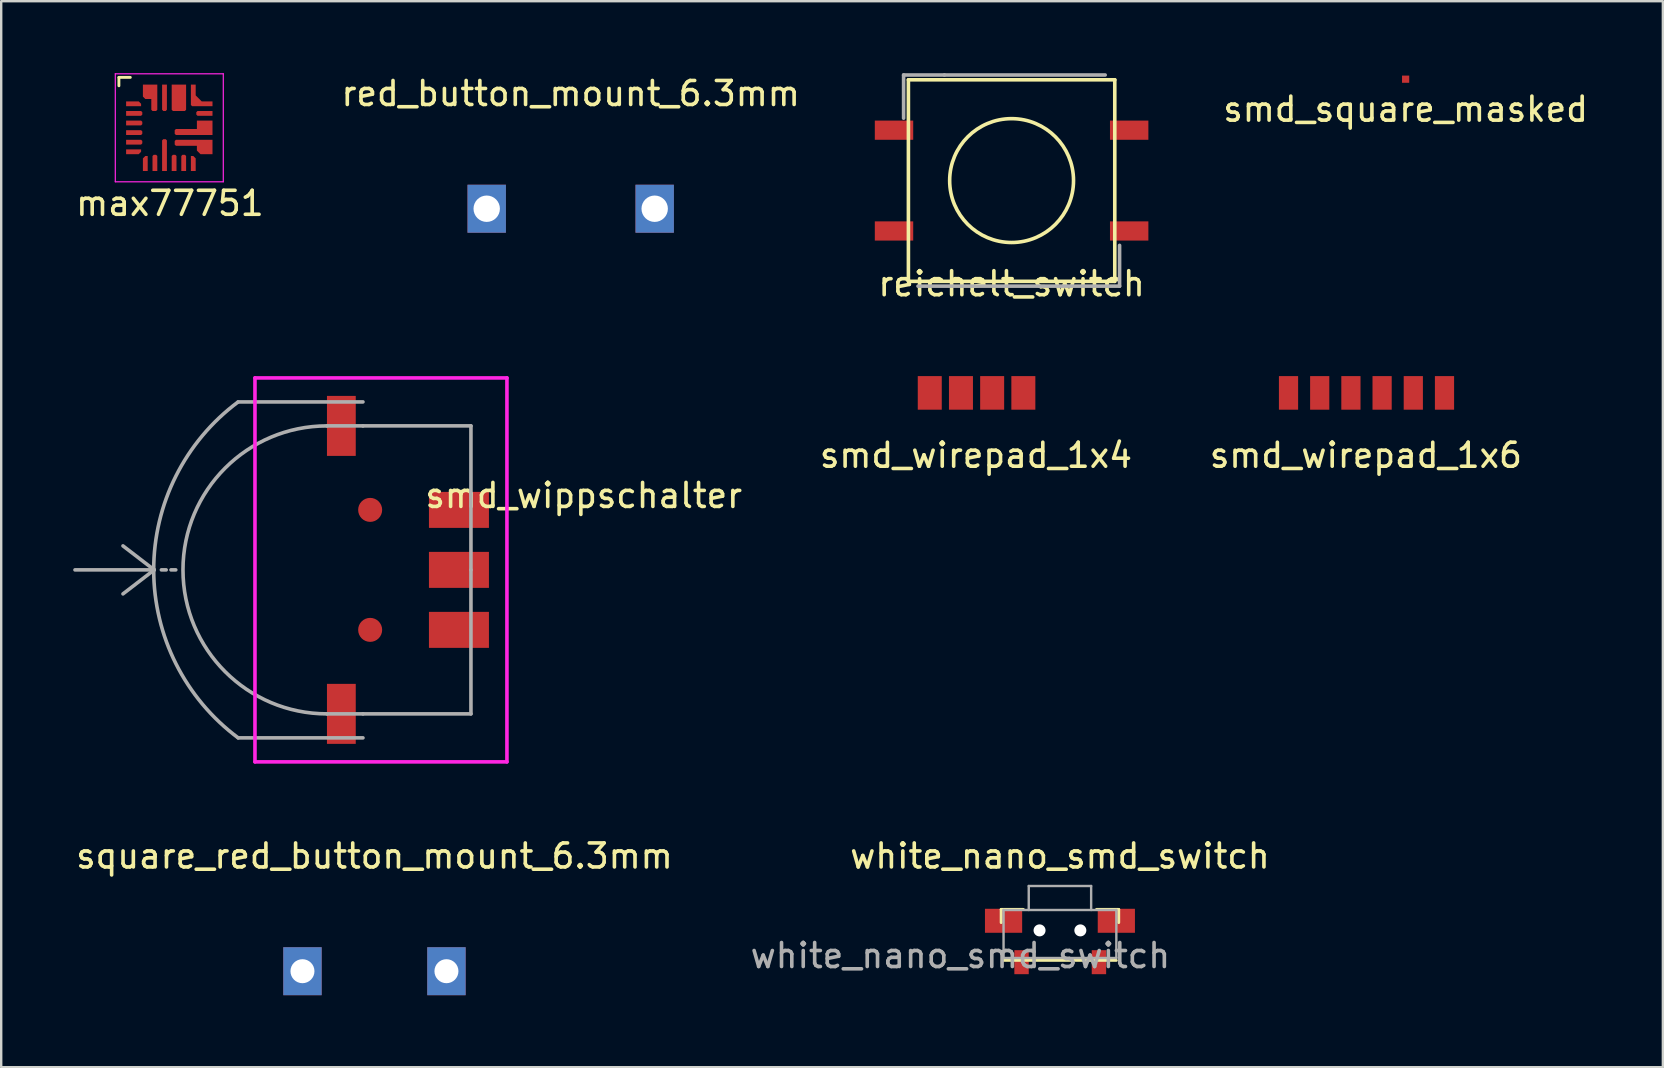
<source format=kicad_pcb>
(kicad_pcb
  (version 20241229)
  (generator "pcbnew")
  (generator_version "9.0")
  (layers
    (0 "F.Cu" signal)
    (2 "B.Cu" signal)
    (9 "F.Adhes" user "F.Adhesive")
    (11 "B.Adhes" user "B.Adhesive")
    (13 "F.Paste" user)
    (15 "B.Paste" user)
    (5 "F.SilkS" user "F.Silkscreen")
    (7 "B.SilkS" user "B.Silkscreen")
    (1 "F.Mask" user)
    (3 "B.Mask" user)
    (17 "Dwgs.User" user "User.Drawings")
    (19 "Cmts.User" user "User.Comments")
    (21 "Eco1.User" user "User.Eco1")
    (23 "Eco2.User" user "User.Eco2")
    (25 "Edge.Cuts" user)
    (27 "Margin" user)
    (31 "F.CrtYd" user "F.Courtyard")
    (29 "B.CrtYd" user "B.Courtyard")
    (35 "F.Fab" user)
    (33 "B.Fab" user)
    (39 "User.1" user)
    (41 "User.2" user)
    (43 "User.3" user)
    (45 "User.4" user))
  (footprint "smd_square_masked"
    (layer "F.Cu")
    (at 55.525 0.25)
    (property "Reference" "smd_square_masked" (at 0 1.25 0) (layer "F.SilkS") (effects (font (size 1 1) (thickness 0.15))))
    (attr through_hole)
    (pad "1" smd rect (at 0 0) (size 0.3 0.3) (layers "F.Cu" "F.Mask" "F.Paste")))
  (footprint "red_button_mount_6.3mm"
    (layer "F.Cu")
    (at 20.732 5.648)
    (property "Reference" "red_button_mount_6.3mm" (at 0 -4.8 0) (layer "F.SilkS") (effects (font (size 1 1) (thickness 0.15))))
    (attr through_hole)
    (pad "1" thru_hole rect (at -3.5 0) (size 1.6 2) (drill 1.1) (layers "*.Cu" "*.Mask"))
    (pad "2" thru_hole rect (at 3.5 0) (size 1.6 2) (drill 1.1) (layers "*.Cu" "*.Mask")))
  (footprint "smd_wippschalter"
    (layer "F.Cu")
    (at 12.075 20.698)
    (property "Reference" "smd_wippschalter" (at 9.2 -3.1 0) (layer "F.SilkS") (effects (font (size 1 1) (thickness 0.15))))
    (attr through_hole)
    (fp_line (start -4.5 -8) (end -4.5 8) (stroke (width 0.15) (type solid)) (layer "F.CrtYd"))
    (fp_line (start -4.5 -8) (end 6 -8) (stroke (width 0.15) (type solid)) (layer "F.CrtYd"))
    (fp_line (start 6 -8) (end 6 8) (stroke (width 0.15) (type solid)) (layer "F.CrtYd"))
    (fp_line (start 6 8) (end -4.5 8) (stroke (width 0.15) (type solid)) (layer "F.CrtYd"))
    (fp_line (start -10 1) (end -8.7 0) (stroke (width 0.15) (type solid)) (layer "F.Fab"))
    (fp_line (start -8.7 0) (end -12 0) (stroke (width 0.15) (type solid)) (layer "F.Fab"))
    (fp_line (start -8.7 0) (end -10 -1) (stroke (width 0.15) (type solid)) (layer "F.Fab"))
    (fp_line (start -8.4 0) (end -8.2 0) (stroke (width 0.15) (type solid)) (layer "F.Fab"))
    (fp_line (start -8 0) (end -7.8 0) (stroke (width 0.15) (type solid)) (layer "F.Fab"))
    (fp_line (start -5.2 -7) (end 0 -7) (stroke (width 0.15) (type solid)) (layer "F.Fab"))
    (fp_line (start -5.2 7) (end 0 7) (stroke (width 0.15) (type solid)) (layer "F.Fab"))
    (fp_line (start 0 -6) (end -1.5 -6) (stroke (width 0.15) (type solid)) (layer "F.Fab"))
    (fp_line (start 0 6) (end -1.5 6) (stroke (width 0.15) (type solid)) (layer "F.Fab"))
    (fp_line (start 4.5 -6) (end 0 -6) (stroke (width 0.15) (type solid)) (layer "F.Fab"))
    (fp_line (start 4.5 0) (end 4.5 -6) (stroke (width 0.15) (type solid)) (layer "F.Fab"))
    (fp_line (start 4.5 0) (end 4.5 6) (stroke (width 0.15) (type solid)) (layer "F.Fab"))
    (fp_line (start 4.5 6) (end 0 6) (stroke (width 0.15) (type solid)) (layer "F.Fab"))
    (fp_arc (start -5.2 7) (mid -8.720089 0.006533) (end -5.210483 -6.992201) (stroke (width 0.15) (type solid)) (layer "F.Fab"))
    (fp_arc (start -1.5 6) (mid -7.5 0) (end -1.5 -6) (stroke (width 0.15) (type solid)) (layer "F.Fab"))
    (pad "" smd circle (at 0.3 -2.5) (size 1 1) (layers "F.Cu" "F.Mask" "F.Paste"))
    (pad "" smd circle (at 0.3 2.5) (size 1 1) (layers "F.Cu" "F.Mask" "F.Paste"))
    (pad "1" smd rect (at 4 -2.5) (size 2.5 1.5) (layers "F.Cu" "F.Mask" "F.Paste"))
    (pad "2" smd rect (at 4 0) (size 2.5 1.5) (layers "F.Cu" "F.Mask" "F.Paste"))
    (pad "3" smd rect (at 4 2.5) (size 2.5 1.5) (layers "F.Cu" "F.Mask" "F.Paste"))
    (pad "4" smd rect (at -0.9 6 90) (size 2.5 1.2) (layers "F.Cu" "F.Mask" "F.Paste"))
    (pad "5" smd rect (at -0.9 -6 90) (size 2.5 1.2) (layers "F.Cu" "F.Mask" "F.Paste")))
  (footprint "smd_wirepad_1x4"
    (layer "F.Cu")
    (at 37.645 13.323)
    (property "Reference" "smd_wirepad_1x4" (at -0.025 2.6 0) (layer "F.SilkS") (effects (font (size 1 1) (thickness 0.15))))
    (attr through_hole)
    (pad "1" smd rect (at -1.95 0) (size 1 1.4) (layers "F.Cu" "F.Mask" "F.Paste"))
    (pad "2" smd rect (at -0.65 0) (size 1 1.4) (layers "F.Cu" "F.Mask" "F.Paste"))
    (pad "3" smd rect (at 0.65 0) (size 1 1.4) (layers "F.Cu" "F.Mask" "F.Paste"))
    (pad "4" smd rect (at 1.95 0) (size 1 1.4) (layers "F.Cu" "F.Mask" "F.Paste")))
  (footprint "reichelt_switch"
    (layer "F.Cu")
    (at 39.105 4.475)
    (property "Reference" "reichelt_switch" (at 0 4.3 0) (layer "F.SilkS") (effects (font (size 1 1) (thickness 0.15))))
    (attr through_hole)
    (fp_line (start -4.3 -4.2) (end 4.3 -4.2) (stroke (width 0.15) (type solid)) (layer "F.SilkS"))
    (fp_line (start -4.3 4.2) (end -4.3 -4.2) (stroke (width 0.15) (type solid)) (layer "F.SilkS"))
    (fp_line (start 4.3 -4.2) (end 4.3 4.2) (stroke (width 0.15) (type solid)) (layer "F.SilkS"))
    (fp_line (start 4.3 4.2) (end -4.3 4.2) (stroke (width 0.15) (type solid)) (layer "F.SilkS"))
    (fp_circle (center 0 0) (end -1.5 -2.1) (stroke (width 0.15) (type solid)) (fill no) (layer "F.SilkS"))
    (fp_line (start -4.5 -4.4) (end -2.8 -4.4) (stroke (width 0.15) (type solid)) (layer "F.Fab"))
    (fp_line (start -4.5 -2.6) (end -4.5 -4.4) (stroke (width 0.15) (type solid)) (layer "F.Fab"))
    (fp_line (start -2.8 -4.4) (end 3.9 -4.4) (stroke (width 0.15) (type solid)) (layer "F.Fab"))
    (fp_line (start 4.5 2.7) (end 4.5 4.4) (stroke (width 0.15) (type solid)) (layer "F.Fab"))
    (fp_line (start 4.5 4.4) (end -3.9 4.4) (stroke (width 0.15) (type solid)) (layer "F.Fab"))
    (pad "1" smd rect (at -4.9 -2.1) (size 1.6 0.8) (layers "F.Cu" "F.Mask" "F.Paste"))
    (pad "1" smd rect (at 4.9 -2.1) (size 1.6 0.8) (layers "F.Cu" "F.Mask" "F.Paste"))
    (pad "2" smd rect (at -4.9 2.1) (size 1.6 0.8) (layers "F.Cu" "F.Mask" "F.Paste"))
    (pad "2" smd rect (at 4.9 2.1) (size 1.6 0.8) (layers "F.Cu" "F.Mask" "F.Paste")))
  (footprint "white_nano_smd_switch"
    (layer "F.Cu")
    (at 41.12 35.121)
    (property "Reference" "white_nano_smd_switch" (at 0 -2.5 0) (layer "F.SilkS") (effects (font (size 1 1) (thickness 0.15))))
    (attr smd)
    (fp_line (start -2.45 0.275) (end -2.45 -0.275) (stroke (width 0.12) (type solid)) (layer "F.SilkS"))
    (fp_line (start -1.525 -0.275) (end -2.45 -0.275) (stroke (width 0.12) (type solid)) (layer "F.SilkS"))
    (fp_line (start 2.35 1.85) (end -2.35 1.85) (stroke (width 0.12) (type solid)) (layer "F.SilkS"))
    (fp_line (start 2.45 -0.275) (end 1.525 -0.275) (stroke (width 0.12) (type solid)) (layer "F.SilkS"))
    (fp_line (start 2.45 0.275) (end 2.45 -0.275) (stroke (width 0.12) (type solid)) (layer "F.SilkS"))
    (fp_line (start -2.35 -0.25) (end -2.35 1.75) (stroke (width 0.1) (type solid)) (layer "F.Fab"))
    (fp_line (start -1.3 -1.25) (end -1.3 -0.25) (stroke (width 0.1) (type solid)) (layer "F.Fab"))
    (fp_line (start 1.3 -1.25) (end -1.3 -1.25) (stroke (width 0.1) (type solid)) (layer "F.Fab"))
    (fp_line (start 1.3 -1.25) (end 1.3 -0.25) (stroke (width 0.1) (type solid)) (layer "F.Fab"))
    (fp_line (start 2.35 -0.25) (end -2.35 -0.25) (stroke (width 0.1) (type solid)) (layer "F.Fab"))
    (fp_line (start 2.35 -0.25) (end 2.35 1.75) (stroke (width 0.1) (type solid)) (layer "F.Fab"))
    (fp_line (start 2.35 1.75) (end -2.35 1.75) (stroke (width 0.1) (type solid)) (layer "F.Fab"))
    (fp_text user "${REFERENCE}" (at -4.15 1.65 0) (layer "F.Fab") (effects (font (size 1 1) (thickness 0.15))))
    (pad "" np_thru_hole circle (at -0.85 0.6) (size 0.5 0.5) (drill 0.5) (layers "*.Cu"))
    (pad "" np_thru_hole circle (at 0.85 0.6) (size 0.5 0.5) (drill 0.5) (layers "*.Cu"))
    (pad "1" smd rect (at -1.6 1.925 180) (size 0.6 1) (layers "F.Cu" "F.Mask" "F.Paste"))
    (pad "2" smd rect (at 1.625 1.925 180) (size 0.6 1) (layers "F.Cu" "F.Mask" "F.Paste"))
    (pad "3" smd rect (at -2.35 0.2 180) (size 1.55 1) (layers "F.Cu" "F.Mask" "F.Paste"))
    (pad "3" smd rect (at 2.35 0.2 180) (size 1.55 1) (layers "F.Cu" "F.Mask" "F.Paste")))
  (footprint "max77751"
    (layer "F.Cu")
    (at 4.005 2.275)
    (property "Reference" "max77751" (at 0.025 3.15 0) (layer "F.SilkS") (effects (font (size 1 1) (thickness 0.15))))
    (fp_line (start -2.1 -2.1) (end -2.1 -1.75) (stroke (width 0.12) (type solid)) (layer "F.SilkS"))
    (fp_line (start -2.1 -2.1) (end -1.625 -2.1) (stroke (width 0.12) (type solid)) (layer "F.SilkS"))
    (fp_line (start -2.25 -2.25) (end 2.25 -2.25) (stroke (width 0.05) (type solid)) (layer "F.CrtYd"))
    (fp_line (start -2.25 2.25) (end -2.25 -2.25) (stroke (width 0.05) (type solid)) (layer "F.CrtYd"))
    (fp_line (start 2.25 -2.25) (end 2.25 2.25) (stroke (width 0.05) (type solid)) (layer "F.CrtYd"))
    (fp_line (start 2.25 2.25) (end -2.25 2.25) (stroke (width 0.05) (type solid)) (layer "F.CrtYd"))
    (pad "1" smd custom (at -1.75 -1 270) (size 0.1 0.1) (layers "F.Cu" "F.Mask" "F.Paste") (options (anchor rect)) (primitives (gr_poly (pts (xy -0.1 -0.475) (xy -0.1 0.05) (xy 0.1 0.05) (xy 0.1 -0.575) (xy 0 -0.575)) (width 0) (fill yes))))
    (pad "2" smd custom (at -1.75 -0.6 270) (size 0.1 0.1) (layers "F.Cu" "F.Mask" "F.Paste") (options (anchor rect)) (primitives (gr_poly (pts (xy 0.1 -0.575) (xy 0.1 0.05) (xy -0.1 0.05) (xy -0.1 -0.575) (xy -0.05 -0.625) (xy 0.05 -0.625)) (width 0) (fill yes))))
    (pad "3" smd custom (at -1.75 -0.2 270) (size 0.1 0.1) (layers "F.Cu" "F.Mask" "F.Paste") (options (anchor rect)) (primitives (gr_poly (pts (xy 0.1 -0.575) (xy 0.1 0.05) (xy -0.1 0.05) (xy -0.1 -0.575) (xy -0.05 -0.625) (xy 0.05 -0.625)) (width 0) (fill yes))))
    (pad "4" smd custom (at -1.75 0.2 270) (size 0.1 0.1) (layers "F.Cu" "F.Mask" "F.Paste") (options (anchor rect)) (primitives (gr_poly (pts (xy 0.1 -0.575) (xy 0.1 0.05) (xy -0.1 0.05) (xy -0.1 -0.575) (xy -0.05 -0.625) (xy 0.05 -0.625)) (width 0) (fill yes))))
    (pad "5" smd custom (at -1.75 0.6 270) (size 0.1 0.1) (layers "F.Cu" "F.Mask" "F.Paste") (options (anchor rect)) (primitives (gr_poly (pts (xy 0.1 -0.575) (xy 0.1 0.05) (xy -0.1 0.05) (xy -0.1 -0.575) (xy -0.05 -0.625) (xy 0.05 -0.625)) (width 0) (fill yes))))
    (pad "6" smd custom (at -1.75 1 270) (size 0.1 0.1) (layers "F.Cu" "F.Mask" "F.Paste") (options (anchor rect)) (primitives (gr_poly (pts (xy 0.1 -0.475) (xy 0.1 0.05) (xy -0.1 0.05) (xy -0.1 -0.575) (xy 0 -0.575)) (width 0) (fill yes))))
    (pad "7" smd custom (at -1 1.75) (size 0.1 0.1) (layers "F.Cu" "F.Mask" "F.Paste") (options (anchor rect)) (primitives (gr_poly (pts (xy -0.1 -0.475) (xy -0.1 0.05) (xy 0.1 0.05) (xy 0.1 -0.575) (xy 0 -0.575)) (width 0) (fill yes))))
    (pad "8" smd custom (at -0.6 1.75) (size 0.1 0.1) (layers "F.Cu" "F.Mask" "F.Paste") (options (anchor rect)) (primitives (gr_poly (pts (xy 0.1 -0.575) (xy 0.1 0.05) (xy -0.1 0.05) (xy -0.1 -0.575) (xy -0.05 -0.625) (xy 0.05 -0.625)) (width 0) (fill yes))))
    (pad "9" smd custom (at -0.2 1.725) (size 0.1 0.1) (layers "F.Cu" "F.Mask" "F.Paste") (options (anchor rect)) (primitives (gr_poly (pts (xy 0.1 -1.2) (xy 0.1 0.075) (xy -0.1 0.075) (xy -0.1 -1.2) (xy -0.05 -1.25) (xy 0.05 -1.25)) (width 0) (fill yes))))
    (pad "10" smd custom (at 0.2 1.75) (size 0.1 0.1) (layers "F.Cu" "F.Mask" "F.Paste") (options (anchor rect)) (primitives (gr_poly (pts (xy 0.1 -0.575) (xy 0.1 0.05) (xy -0.1 0.05) (xy -0.1 -0.575) (xy -0.05 -0.625) (xy 0.05 -0.625)) (width 0) (fill yes))))
    (pad "11" smd custom (at 0.6 1.75) (size 0.1 0.1) (layers "F.Cu" "F.Mask" "F.Paste") (options (anchor rect)) (primitives (gr_poly (pts (xy 0.1 -0.575) (xy 0.1 0.05) (xy -0.1 0.05) (xy -0.1 -0.575) (xy -0.05 -0.625) (xy 0.05 -0.625)) (width 0) (fill yes))))
    (pad "12" smd custom (at 1 1.75) (size 0.1 0.1) (layers "F.Cu" "F.Mask" "F.Paste") (options (anchor rect)) (primitives (gr_poly (pts (xy 0.1 -0.475) (xy 0.1 0.05) (xy -0.1 0.05) (xy -0.1 -0.575) (xy 0 -0.575)) (width 0) (fill yes))))
    (pad "13" smd custom (at 1.75 0.8) (size 0.1 0.1) (layers "F.Cu" "F.Mask" "F.Paste") (options (anchor rect)) (primitives (gr_poly (pts (xy 0.05 0.3) (xy -0.45 0.3) (xy -0.6 0.15) (xy -0.6 -0.05) (xy -1.475 -0.05) (xy -1.525 -0.1) (xy -1.525 -0.25) (xy -1.475 -0.3) (xy 0.05 -0.3)) (width 0) (fill yes))))
    (pad "14" smd rect (at 1.65 0.8) (size 0.1 0.1) (layers "F.Cu" "F.Mask" "F.Paste"))
    (pad "15" smd custom (at 1.75 0) (size 0.1 0.1) (layers "F.Cu" "F.Mask" "F.Paste") (options (anchor rect)) (primitives (gr_poly (pts (xy 0.05 0.3) (xy -1.475 0.3) (xy -1.525 0.25) (xy -1.525 0.1) (xy -1.475 0.05) (xy -0.6 0.05) (xy -0.6 -0.3) (xy 0.05 -0.3)) (width 0) (fill yes))))
    (pad "16" smd rect (at 1.65 0) (size 0.1 0.1) (layers "F.Cu" "F.Mask" "F.Paste"))
    (pad "17" smd custom (at 1.75 -0.6) (size 0.1 0.1) (layers "F.Cu" "F.Mask" "F.Paste") (options (anchor rect)) (primitives (gr_poly (pts (xy 0.05 0.1) (xy -0.575 0.1) (xy -0.625 0.05) (xy -0.625 -0.05) (xy -0.575 -0.1) (xy 0.05 -0.1)) (width 0) (fill yes))))
    (pad "18" smd rect (at 1.725 -1) (size 0.1 0.1) (layers "F.Cu" "F.Mask" "F.Paste"))
    (pad "19" smd custom (at 1 -1.75) (size 0.1 0.1) (layers "F.Cu" "F.Mask" "F.Paste") (options (anchor rect)) (primitives (gr_poly (pts (xy 0.1 0.4) (xy 0.35 0.65) (xy 0.8 0.65) (xy 0.8 0.85) (xy -0.05 0.85) (xy -0.1 0.8) (xy -0.1 -0.05) (xy 0.1 -0.05)) (width 0) (fill yes))))
    (pad "20" smd custom (at 0.4 -1.75) (size 0.1 0.1) (layers "F.Cu" "F.Mask" "F.Paste") (options (anchor rect)) (primitives (gr_poly (pts (xy 0.3 1) (xy 0.25 1.05) (xy -0.25 1.05) (xy -0.3 1) (xy -0.3 -0.05) (xy 0.3 -0.05)) (width 0) (fill yes))))
    (pad "21" smd rect (at 0.4 -1.65) (size 0.1 0.1) (layers "F.Cu" "F.Mask" "F.Paste"))
    (pad "22" smd custom (at -0.2 -1.75) (size 0.1 0.1) (layers "F.Cu" "F.Mask" "F.Paste") (options (anchor rect)) (primitives (gr_poly (pts (xy 0.1 1) (xy 0.05 1.05) (xy -0.05 1.05) (xy -0.1 1) (xy -0.1 -0.05) (xy 0.1 -0.05)) (width 0) (fill yes))))
    (pad "23" smd custom (at -0.8 -1.75) (size 0.1 0.1) (layers "F.Cu" "F.Mask" "F.Paste") (options (anchor rect)) (primitives (gr_poly (pts (xy 0.3 1) (xy 0.25 1.05) (xy 0.1 1.05) (xy 0.05 1) (xy 0.05 0.55) (xy -0.2 0.55) (xy -0.3 0.45) (xy -0.3 -0.05) (xy 0.3 -0.05)) (width 0) (fill yes))))
    (pad "24" smd rect (at -0.8 -1.65) (size 0.1 0.1) (layers "F.Cu" "F.Mask" "F.Paste")))
  (footprint "square_red_button_mount_6.3mm"
    (layer "F.Cu")
    (at 12.554 37.422)
    (property "Reference" "square_red_button_mount_6.3mm" (at 0 -4.8 0) (layer "F.SilkS") (effects (font (size 1 1) (thickness 0.15))))
    (attr through_hole)
    (pad "1" thru_hole rect (at -3 0) (size 1.6 2) (drill 1) (layers "*.Cu" "*.Mask"))
    (pad "2" thru_hole rect (at 3 0) (size 1.6 2) (drill 1) (layers "*.Cu" "*.Mask")))
  (footprint "smd_wirepad_1x6"
    (layer "F.Cu")
    (at 53.895 13.323)
    (property "Reference" "smd_wirepad_1x6" (at -0.025 2.6 0) (layer "F.SilkS") (effects (font (size 1 1) (thickness 0.15))))
    (attr through_hole)
    (pad "1" smd rect (at -3.25 0) (size 0.8 1.4) (layers "F.Cu" "F.Mask" "F.Paste"))
    (pad "2" smd rect (at -1.95 0) (size 0.8 1.4) (layers "F.Cu" "F.Mask" "F.Paste"))
    (pad "3" smd rect (at -0.65 0) (size 0.8 1.4) (layers "F.Cu" "F.Mask" "F.Paste"))
    (pad "4" smd rect (at 0.65 0) (size 0.8 1.4) (layers "F.Cu" "F.Mask" "F.Paste"))
    (pad "5" smd rect (at 1.95 0) (size 0.8 1.4) (layers "F.Cu" "F.Mask" "F.Paste"))
    (pad "6" smd rect (at 3.25 0) (size 0.8 1.4) (layers "F.Cu" "F.Mask" "F.Paste")))
  (gr_rect
    (start -3 -3)
    (end 66.245 41.422)
    (stroke (width 0.1) (type default))
    (fill no)
    (layer "Edge.Cuts")))
</source>
